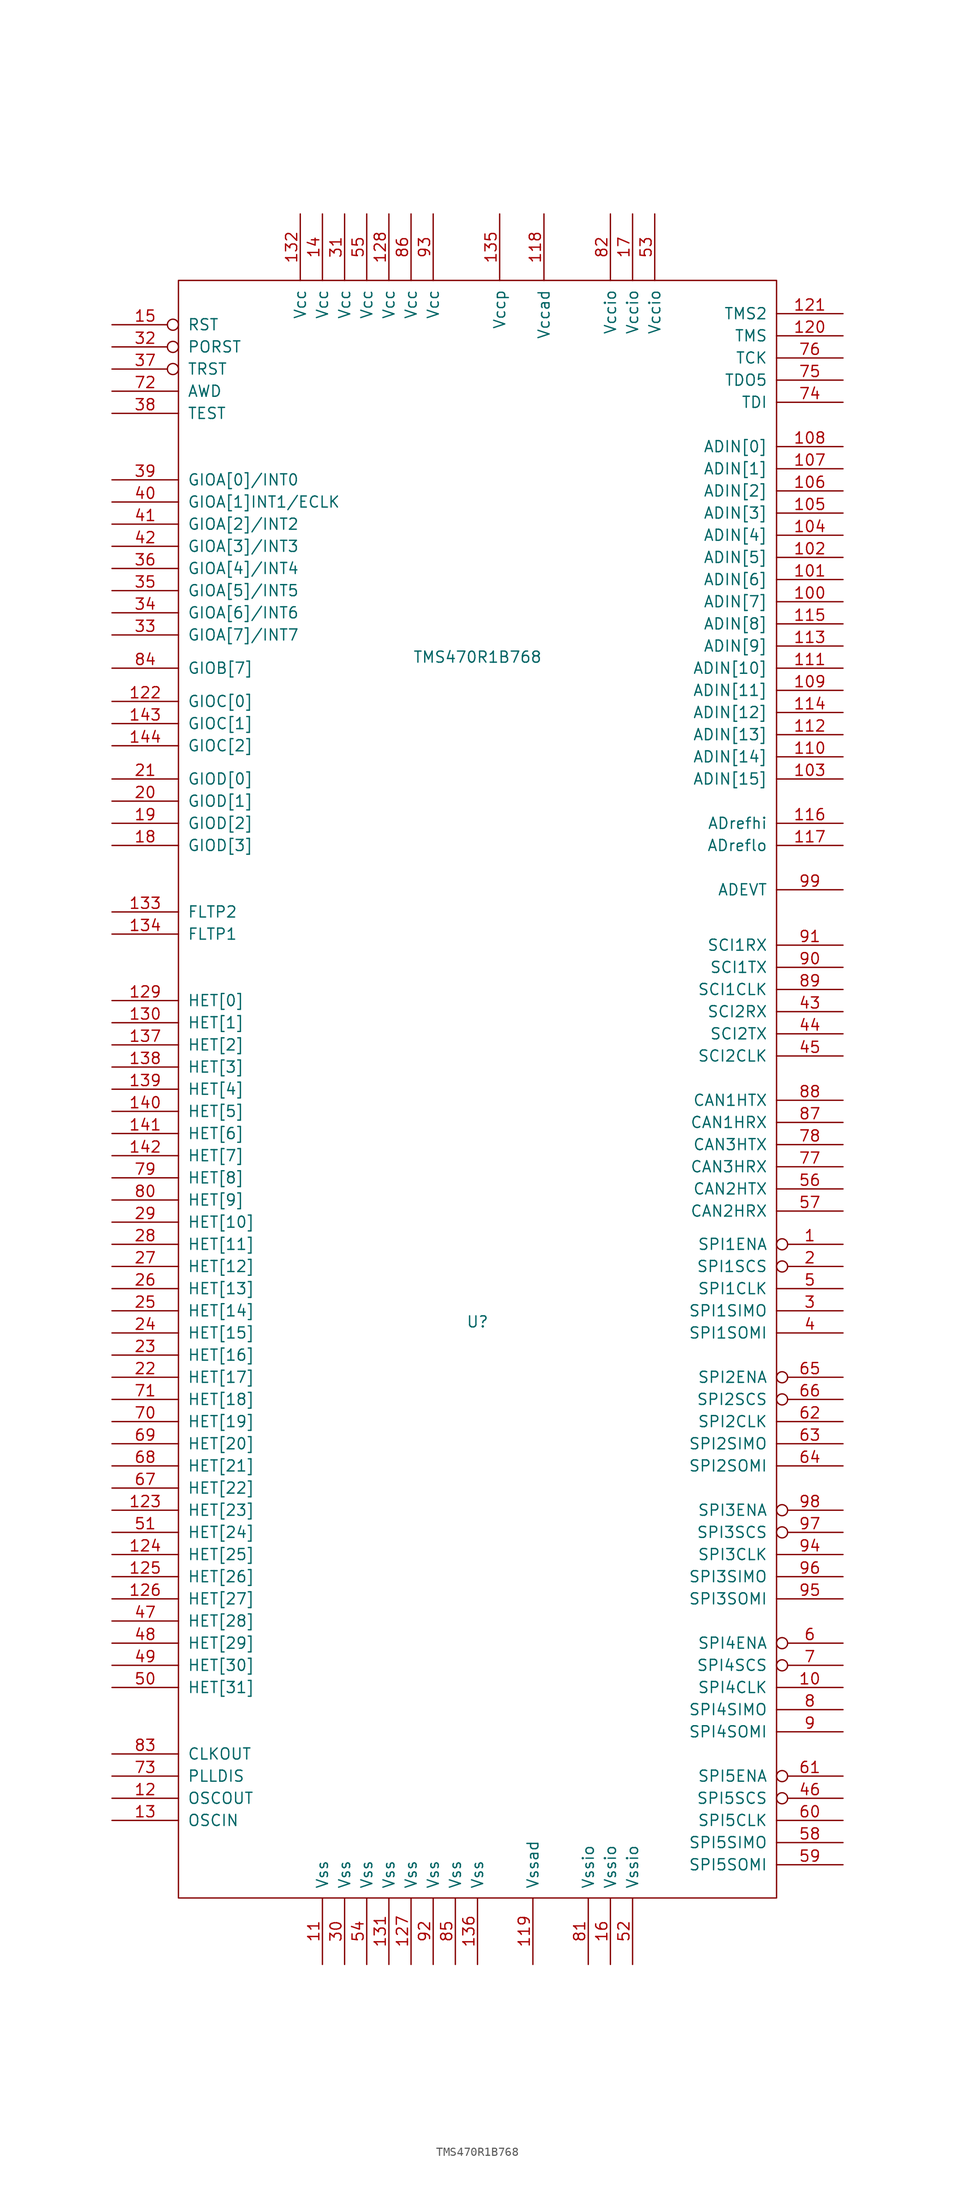
<source format=kicad_sym>
(kicad_symbol_lib
  (version 20220914)
  (generator kicad_symbol_editor)
  (symbol "TMS470R1B768"
    (pin_names
      (offset 1.016))
    (property "Reference" "U"
      (at 0 -26.67 0)
      (effects (font (size 1.27 1.27))))
    (property "Value" "TMS470R1B768"
      (at 0 49.53 0)
      (effects (font (size 1.27 1.27))))
    (property "Footprint" ""
      (at 0 0 0)
      (effects (font (size 1.524 1.524))))
    (property "Datasheet" ""
      (at 0 0 0)
      (effects (font (size 1.524 1.524))))
    (symbol "TMS470R1B768_0_1"
      (rectangle (start -34.29 92.71) (end 34.29 -92.71) (stroke (width 0) (type solid)) (fill (type none))))
    (symbol "TMS470R1B768_1_1"
      (pin passive inverted (at 41.91 -17.78 180) (length 7.62) (name "SPI1ENA" (effects (font (size 1.27 1.27)))) (number "1" (effects (font (size 1.27 1.27)))))
      (pin passive line (at 41.91 -68.58 180) (length 7.62) (name "SPI4CLK" (effects (font (size 1.27 1.27)))) (number "10" (effects (font (size 1.27 1.27)))))
      (pin passive line (at 41.91 55.88 180) (length 7.62) (name "ADIN[7]" (effects (font (size 1.27 1.27)))) (number "100" (effects (font (size 1.27 1.27)))))
      (pin passive line (at 41.91 58.42 180) (length 7.62) (name "ADIN[6]" (effects (font (size 1.27 1.27)))) (number "101" (effects (font (size 1.27 1.27)))))
      (pin passive line (at 41.91 60.96 180) (length 7.62) (name "ADIN[5]" (effects (font (size 1.27 1.27)))) (number "102" (effects (font (size 1.27 1.27)))))
      (pin passive line (at 41.91 35.56 180) (length 7.62) (name "ADIN[15]" (effects (font (size 1.27 1.27)))) (number "103" (effects (font (size 1.27 1.27)))))
      (pin passive line (at 41.91 63.5 180) (length 7.62) (name "ADIN[4]" (effects (font (size 1.27 1.27)))) (number "104" (effects (font (size 1.27 1.27)))))
      (pin passive line (at 41.91 66.04 180) (length 7.62) (name "ADIN[3]" (effects (font (size 1.27 1.27)))) (number "105" (effects (font (size 1.27 1.27)))))
      (pin passive line (at 41.91 68.58 180) (length 7.62) (name "ADIN[2]" (effects (font (size 1.27 1.27)))) (number "106" (effects (font (size 1.27 1.27)))))
      (pin passive line (at 41.91 71.12 180) (length 7.62) (name "ADIN[1]" (effects (font (size 1.27 1.27)))) (number "107" (effects (font (size 1.27 1.27)))))
      (pin passive line (at 41.91 73.66 180) (length 7.62) (name "ADIN[0]" (effects (font (size 1.27 1.27)))) (number "108" (effects (font (size 1.27 1.27)))))
      (pin passive line (at 41.91 45.72 180) (length 7.62) (name "ADIN[11]" (effects (font (size 1.27 1.27)))) (number "109" (effects (font (size 1.27 1.27)))))
      (pin power_in line (at -17.78 -100.33 90) (length 7.62) (name "Vss" (effects (font (size 1.27 1.27)))) (number "11" (effects (font (size 1.27 1.27)))))
      (pin passive line (at 41.91 38.1 180) (length 7.62) (name "ADIN[14]" (effects (font (size 1.27 1.27)))) (number "110" (effects (font (size 1.27 1.27)))))
      (pin passive line (at 41.91 48.26 180) (length 7.62) (name "ADIN[10]" (effects (font (size 1.27 1.27)))) (number "111" (effects (font (size 1.27 1.27)))))
      (pin passive line (at 41.91 40.64 180) (length 7.62) (name "ADIN[13]" (effects (font (size 1.27 1.27)))) (number "112" (effects (font (size 1.27 1.27)))))
      (pin passive line (at 41.91 50.8 180) (length 7.62) (name "ADIN[9]" (effects (font (size 1.27 1.27)))) (number "113" (effects (font (size 1.27 1.27)))))
      (pin passive line (at 41.91 43.18 180) (length 7.62) (name "ADIN[12]" (effects (font (size 1.27 1.27)))) (number "114" (effects (font (size 1.27 1.27)))))
      (pin passive line (at 41.91 53.34 180) (length 7.62) (name "ADIN[8]" (effects (font (size 1.27 1.27)))) (number "115" (effects (font (size 1.27 1.27)))))
      (pin passive line (at 41.91 30.48 180) (length 7.62) (name "ADrefhi" (effects (font (size 1.27 1.27)))) (number "116" (effects (font (size 1.27 1.27)))))
      (pin passive line (at 41.91 27.94 180) (length 7.62) (name "ADreflo" (effects (font (size 1.27 1.27)))) (number "117" (effects (font (size 1.27 1.27)))))
      (pin passive line (at 7.62 100.33 270) (length 7.62) (name "Vccad" (effects (font (size 1.27 1.27)))) (number "118" (effects (font (size 1.27 1.27)))))
      (pin passive line (at 6.35 -100.33 90) (length 7.62) (name "Vssad" (effects (font (size 1.27 1.27)))) (number "119" (effects (font (size 1.27 1.27)))))
      (pin passive line (at -41.91 -81.28 0) (length 7.62) (name "OSCOUT" (effects (font (size 1.27 1.27)))) (number "12" (effects (font (size 1.27 1.27)))))
      (pin passive line (at 41.91 86.36 180) (length 7.62) (name "TMS" (effects (font (size 1.27 1.27)))) (number "120" (effects (font (size 1.27 1.27)))))
      (pin passive line (at 41.91 88.9 180) (length 7.62) (name "TMS2" (effects (font (size 1.27 1.27)))) (number "121" (effects (font (size 1.27 1.27)))))
      (pin passive line (at -41.91 44.45 0) (length 7.62) (name "GIOC[0]" (effects (font (size 1.27 1.27)))) (number "122" (effects (font (size 1.27 1.27)))))
      (pin passive line (at -41.91 -48.26 0) (length 7.62) (name "HET[23]" (effects (font (size 1.27 1.27)))) (number "123" (effects (font (size 1.27 1.27)))))
      (pin passive line (at -41.91 -53.34 0) (length 7.62) (name "HET[25]" (effects (font (size 1.27 1.27)))) (number "124" (effects (font (size 1.27 1.27)))))
      (pin passive line (at -41.91 -55.88 0) (length 7.62) (name "HET[26]" (effects (font (size 1.27 1.27)))) (number "125" (effects (font (size 1.27 1.27)))))
      (pin passive line (at -41.91 -58.42 0) (length 7.62) (name "HET[27]" (effects (font (size 1.27 1.27)))) (number "126" (effects (font (size 1.27 1.27)))))
      (pin passive line (at -7.62 -100.33 90) (length 7.62) (name "Vss" (effects (font (size 1.27 1.27)))) (number "127" (effects (font (size 1.27 1.27)))))
      (pin passive line (at -10.16 100.33 270) (length 7.62) (name "Vcc" (effects (font (size 1.27 1.27)))) (number "128" (effects (font (size 1.27 1.27)))))
      (pin passive line (at -41.91 10.16 0) (length 7.62) (name "HET[0]" (effects (font (size 1.27 1.27)))) (number "129" (effects (font (size 1.27 1.27)))))
      (pin passive line (at -41.91 -83.82 0) (length 7.62) (name "OSCIN" (effects (font (size 1.27 1.27)))) (number "13" (effects (font (size 1.27 1.27)))))
      (pin passive line (at -41.91 7.62 0) (length 7.62) (name "HET[1]" (effects (font (size 1.27 1.27)))) (number "130" (effects (font (size 1.27 1.27)))))
      (pin passive line (at -10.16 -100.33 90) (length 7.62) (name "Vss" (effects (font (size 1.27 1.27)))) (number "131" (effects (font (size 1.27 1.27)))))
      (pin passive line (at -20.32 100.33 270) (length 7.62) (name "Vcc" (effects (font (size 1.27 1.27)))) (number "132" (effects (font (size 1.27 1.27)))))
      (pin passive line (at -41.91 20.32 0) (length 7.62) (name "FLTP2" (effects (font (size 1.27 1.27)))) (number "133" (effects (font (size 1.27 1.27)))))
      (pin passive line (at -41.91 17.78 0) (length 7.62) (name "FLTP1" (effects (font (size 1.27 1.27)))) (number "134" (effects (font (size 1.27 1.27)))))
      (pin passive line (at 2.54 100.33 270) (length 7.62) (name "Vccp" (effects (font (size 1.27 1.27)))) (number "135" (effects (font (size 1.27 1.27)))))
      (pin passive line (at 0 -100.33 90) (length 7.62) (name "Vss" (effects (font (size 1.27 1.27)))) (number "136" (effects (font (size 1.27 1.27)))))
      (pin passive line (at -41.91 5.08 0) (length 7.62) (name "HET[2]" (effects (font (size 1.27 1.27)))) (number "137" (effects (font (size 1.27 1.27)))))
      (pin passive line (at -41.91 2.54 0) (length 7.62) (name "HET[3]" (effects (font (size 1.27 1.27)))) (number "138" (effects (font (size 1.27 1.27)))))
      (pin passive line (at -41.91 0 0) (length 7.62) (name "HET[4]" (effects (font (size 1.27 1.27)))) (number "139" (effects (font (size 1.27 1.27)))))
      (pin power_in line (at -17.78 100.33 270) (length 7.62) (name "Vcc" (effects (font (size 1.27 1.27)))) (number "14" (effects (font (size 1.27 1.27)))))
      (pin passive line (at -41.91 -2.54 0) (length 7.62) (name "HET[5]" (effects (font (size 1.27 1.27)))) (number "140" (effects (font (size 1.27 1.27)))))
      (pin passive line (at -41.91 -5.08 0) (length 7.62) (name "HET[6]" (effects (font (size 1.27 1.27)))) (number "141" (effects (font (size 1.27 1.27)))))
      (pin passive line (at -41.91 -7.62 0) (length 7.62) (name "HET[7]" (effects (font (size 1.27 1.27)))) (number "142" (effects (font (size 1.27 1.27)))))
      (pin passive line (at -41.91 41.91 0) (length 7.62) (name "GIOC[1]" (effects (font (size 1.27 1.27)))) (number "143" (effects (font (size 1.27 1.27)))))
      (pin passive line (at -41.91 39.37 0) (length 7.62) (name "GIOC[2]" (effects (font (size 1.27 1.27)))) (number "144" (effects (font (size 1.27 1.27)))))
      (pin passive inverted (at -41.91 87.63 0) (length 7.62) (name "RST" (effects (font (size 1.27 1.27)))) (number "15" (effects (font (size 1.27 1.27)))))
      (pin power_in line (at 15.24 -100.33 90) (length 7.62) (name "Vssio" (effects (font (size 1.27 1.27)))) (number "16" (effects (font (size 1.27 1.27)))))
      (pin power_in line (at 17.78 100.33 270) (length 7.62) (name "Vccio" (effects (font (size 1.27 1.27)))) (number "17" (effects (font (size 1.27 1.27)))))
      (pin passive line (at -41.91 27.94 0) (length 7.62) (name "GIOD[3]" (effects (font (size 1.27 1.27)))) (number "18" (effects (font (size 1.27 1.27)))))
      (pin passive line (at -41.91 30.48 0) (length 7.62) (name "GIOD[2]" (effects (font (size 1.27 1.27)))) (number "19" (effects (font (size 1.27 1.27)))))
      (pin passive inverted (at 41.91 -20.32 180) (length 7.62) (name "SPI1SCS" (effects (font (size 1.27 1.27)))) (number "2" (effects (font (size 1.27 1.27)))))
      (pin passive line (at -41.91 33.02 0) (length 7.62) (name "GIOD[1]" (effects (font (size 1.27 1.27)))) (number "20" (effects (font (size 1.27 1.27)))))
      (pin passive line (at -41.91 35.56 0) (length 7.62) (name "GIOD[0]" (effects (font (size 1.27 1.27)))) (number "21" (effects (font (size 1.27 1.27)))))
      (pin passive line (at -41.91 -33.02 0) (length 7.62) (name "HET[17]" (effects (font (size 1.27 1.27)))) (number "22" (effects (font (size 1.27 1.27)))))
      (pin passive line (at -41.91 -30.48 0) (length 7.62) (name "HET[16]" (effects (font (size 1.27 1.27)))) (number "23" (effects (font (size 1.27 1.27)))))
      (pin passive line (at -41.91 -27.94 0) (length 7.62) (name "HET[15]" (effects (font (size 1.27 1.27)))) (number "24" (effects (font (size 1.27 1.27)))))
      (pin passive line (at -41.91 -25.4 0) (length 7.62) (name "HET[14]" (effects (font (size 1.27 1.27)))) (number "25" (effects (font (size 1.27 1.27)))))
      (pin passive line (at -41.91 -22.86 0) (length 7.62) (name "HET[13]" (effects (font (size 1.27 1.27)))) (number "26" (effects (font (size 1.27 1.27)))))
      (pin passive line (at -41.91 -20.32 0) (length 7.62) (name "HET[12]" (effects (font (size 1.27 1.27)))) (number "27" (effects (font (size 1.27 1.27)))))
      (pin passive line (at -41.91 -17.78 0) (length 7.62) (name "HET[11]" (effects (font (size 1.27 1.27)))) (number "28" (effects (font (size 1.27 1.27)))))
      (pin passive line (at -41.91 -15.24 0) (length 7.62) (name "HET[10]" (effects (font (size 1.27 1.27)))) (number "29" (effects (font (size 1.27 1.27)))))
      (pin passive line (at 41.91 -25.4 180) (length 7.62) (name "SPI1SIMO" (effects (font (size 1.27 1.27)))) (number "3" (effects (font (size 1.27 1.27)))))
      (pin passive line (at -15.24 -100.33 90) (length 7.62) (name "Vss" (effects (font (size 1.27 1.27)))) (number "30" (effects (font (size 1.27 1.27)))))
      (pin passive line (at -15.24 100.33 270) (length 7.62) (name "Vcc" (effects (font (size 1.27 1.27)))) (number "31" (effects (font (size 1.27 1.27)))))
      (pin passive inverted (at -41.91 85.09 0) (length 7.62) (name "PORST" (effects (font (size 1.27 1.27)))) (number "32" (effects (font (size 1.27 1.27)))))
      (pin passive line (at -41.91 52.07 0) (length 7.62) (name "GIOA[7]/INT7" (effects (font (size 1.27 1.27)))) (number "33" (effects (font (size 1.27 1.27)))))
      (pin passive line (at -41.91 54.61 0) (length 7.62) (name "GIOA[6]/INT6" (effects (font (size 1.27 1.27)))) (number "34" (effects (font (size 1.27 1.27)))))
      (pin passive line (at -41.91 57.15 0) (length 7.62) (name "GIOA[5]/INT5" (effects (font (size 1.27 1.27)))) (number "35" (effects (font (size 1.27 1.27)))))
      (pin passive line (at -41.91 59.69 0) (length 7.62) (name "GIOA[4]/INT4" (effects (font (size 1.27 1.27)))) (number "36" (effects (font (size 1.27 1.27)))))
      (pin passive inverted (at -41.91 82.55 0) (length 7.62) (name "TRST" (effects (font (size 1.27 1.27)))) (number "37" (effects (font (size 1.27 1.27)))))
      (pin passive line (at -41.91 77.47 0) (length 7.62) (name "TEST" (effects (font (size 1.27 1.27)))) (number "38" (effects (font (size 1.27 1.27)))))
      (pin input line (at -41.91 69.85 0) (length 7.62) (name "GIOA[0]/INT0" (effects (font (size 1.27 1.27)))) (number "39" (effects (font (size 1.27 1.27)))))
      (pin passive line (at 41.91 -27.94 180) (length 7.62) (name "SPI1SOMI" (effects (font (size 1.27 1.27)))) (number "4" (effects (font (size 1.27 1.27)))))
      (pin passive line (at -41.91 67.31 0) (length 7.62) (name "GIOA[1]INT1/ECLK" (effects (font (size 1.27 1.27)))) (number "40" (effects (font (size 1.27 1.27)))))
      (pin passive line (at -41.91 64.77 0) (length 7.62) (name "GIOA[2]/INT2" (effects (font (size 1.27 1.27)))) (number "41" (effects (font (size 1.27 1.27)))))
      (pin passive line (at -41.91 62.23 0) (length 7.62) (name "GIOA[3]/INT3" (effects (font (size 1.27 1.27)))) (number "42" (effects (font (size 1.27 1.27)))))
      (pin passive line (at 41.91 8.89 180) (length 7.62) (name "SCI2RX" (effects (font (size 1.27 1.27)))) (number "43" (effects (font (size 1.27 1.27)))))
      (pin passive line (at 41.91 6.35 180) (length 7.62) (name "SCI2TX" (effects (font (size 1.27 1.27)))) (number "44" (effects (font (size 1.27 1.27)))))
      (pin passive line (at 41.91 3.81 180) (length 7.62) (name "SCI2CLK" (effects (font (size 1.27 1.27)))) (number "45" (effects (font (size 1.27 1.27)))))
      (pin passive inverted (at 41.91 -81.28 180) (length 7.62) (name "SPI5SCS" (effects (font (size 1.27 1.27)))) (number "46" (effects (font (size 1.27 1.27)))))
      (pin passive line (at -41.91 -60.96 0) (length 7.62) (name "HET[28]" (effects (font (size 1.27 1.27)))) (number "47" (effects (font (size 1.27 1.27)))))
      (pin passive line (at -41.91 -63.5 0) (length 7.62) (name "HET[29]" (effects (font (size 1.27 1.27)))) (number "48" (effects (font (size 1.27 1.27)))))
      (pin passive line (at -41.91 -66.04 0) (length 7.62) (name "HET[30]" (effects (font (size 1.27 1.27)))) (number "49" (effects (font (size 1.27 1.27)))))
      (pin passive line (at 41.91 -22.86 180) (length 7.62) (name "SPI1CLK" (effects (font (size 1.27 1.27)))) (number "5" (effects (font (size 1.27 1.27)))))
      (pin passive line (at -41.91 -68.58 0) (length 7.62) (name "HET[31]" (effects (font (size 1.27 1.27)))) (number "50" (effects (font (size 1.27 1.27)))))
      (pin passive line (at -41.91 -50.8 0) (length 7.62) (name "HET[24]" (effects (font (size 1.27 1.27)))) (number "51" (effects (font (size 1.27 1.27)))))
      (pin power_in line (at 17.78 -100.33 90) (length 7.62) (name "Vssio" (effects (font (size 1.27 1.27)))) (number "52" (effects (font (size 1.27 1.27)))))
      (pin power_in line (at 20.32 100.33 270) (length 7.62) (name "Vccio" (effects (font (size 1.27 1.27)))) (number "53" (effects (font (size 1.27 1.27)))))
      (pin power_in line (at -12.7 -100.33 90) (length 7.62) (name "Vss" (effects (font (size 1.27 1.27)))) (number "54" (effects (font (size 1.27 1.27)))))
      (pin unspecified line (at -12.7 100.33 270) (length 7.62) (name "Vcc" (effects (font (size 1.27 1.27)))) (number "55" (effects (font (size 1.27 1.27)))))
      (pin passive line (at 41.91 -11.43 180) (length 7.62) (name "CAN2HTX" (effects (font (size 1.27 1.27)))) (number "56" (effects (font (size 1.27 1.27)))))
      (pin passive line (at 41.91 -13.97 180) (length 7.62) (name "CAN2HRX" (effects (font (size 1.27 1.27)))) (number "57" (effects (font (size 1.27 1.27)))))
      (pin passive line (at 41.91 -86.36 180) (length 7.62) (name "SPI5SIMO" (effects (font (size 1.27 1.27)))) (number "58" (effects (font (size 1.27 1.27)))))
      (pin passive line (at 41.91 -88.9 180) (length 7.62) (name "SPI5SOMI" (effects (font (size 1.27 1.27)))) (number "59" (effects (font (size 1.27 1.27)))))
      (pin passive inverted (at 41.91 -63.5 180) (length 7.62) (name "SPI4ENA" (effects (font (size 1.27 1.27)))) (number "6" (effects (font (size 1.27 1.27)))))
      (pin passive line (at 41.91 -83.82 180) (length 7.62) (name "SPI5CLK" (effects (font (size 1.27 1.27)))) (number "60" (effects (font (size 1.27 1.27)))))
      (pin passive inverted (at 41.91 -78.74 180) (length 7.62) (name "SPI5ENA" (effects (font (size 1.27 1.27)))) (number "61" (effects (font (size 1.27 1.27)))))
      (pin passive line (at 41.91 -38.1 180) (length 7.62) (name "SPI2CLK" (effects (font (size 1.27 1.27)))) (number "62" (effects (font (size 1.27 1.27)))))
      (pin passive line (at 41.91 -40.64 180) (length 7.62) (name "SPI2SIMO" (effects (font (size 1.27 1.27)))) (number "63" (effects (font (size 1.27 1.27)))))
      (pin passive line (at 41.91 -43.18 180) (length 7.62) (name "SPI2SOMI" (effects (font (size 1.27 1.27)))) (number "64" (effects (font (size 1.27 1.27)))))
      (pin passive inverted (at 41.91 -33.02 180) (length 7.62) (name "SPI2ENA" (effects (font (size 1.27 1.27)))) (number "65" (effects (font (size 1.27 1.27)))))
      (pin passive inverted (at 41.91 -35.56 180) (length 7.62) (name "SPI2SCS" (effects (font (size 1.27 1.27)))) (number "66" (effects (font (size 1.27 1.27)))))
      (pin passive line (at -41.91 -45.72 0) (length 7.62) (name "HET[22]" (effects (font (size 1.27 1.27)))) (number "67" (effects (font (size 1.27 1.27)))))
      (pin passive line (at -41.91 -43.18 0) (length 7.62) (name "HET[21]" (effects (font (size 1.27 1.27)))) (number "68" (effects (font (size 1.27 1.27)))))
      (pin passive line (at -41.91 -40.64 0) (length 7.62) (name "HET[20]" (effects (font (size 1.27 1.27)))) (number "69" (effects (font (size 1.27 1.27)))))
      (pin passive inverted (at 41.91 -66.04 180) (length 7.62) (name "SPI4SCS" (effects (font (size 1.27 1.27)))) (number "7" (effects (font (size 1.27 1.27)))))
      (pin passive line (at -41.91 -38.1 0) (length 7.62) (name "HET[19]" (effects (font (size 1.27 1.27)))) (number "70" (effects (font (size 1.27 1.27)))))
      (pin passive line (at -41.91 -35.56 0) (length 7.62) (name "HET[18]" (effects (font (size 1.27 1.27)))) (number "71" (effects (font (size 1.27 1.27)))))
      (pin passive line (at -41.91 80.01 0) (length 7.62) (name "AWD" (effects (font (size 1.27 1.27)))) (number "72" (effects (font (size 1.27 1.27)))))
      (pin passive line (at -41.91 -78.74 0) (length 7.62) (name "PLLDIS" (effects (font (size 1.27 1.27)))) (number "73" (effects (font (size 1.27 1.27)))))
      (pin passive line (at 41.91 78.74 180) (length 7.62) (name "TDI" (effects (font (size 1.27 1.27)))) (number "74" (effects (font (size 1.27 1.27)))))
      (pin passive line (at 41.91 81.28 180) (length 7.62) (name "TDO5" (effects (font (size 1.27 1.27)))) (number "75" (effects (font (size 1.27 1.27)))))
      (pin passive line (at 41.91 83.82 180) (length 7.62) (name "TCK" (effects (font (size 1.27 1.27)))) (number "76" (effects (font (size 1.27 1.27)))))
      (pin passive line (at 41.91 -8.89 180) (length 7.62) (name "CAN3HRX" (effects (font (size 1.27 1.27)))) (number "77" (effects (font (size 1.27 1.27)))))
      (pin passive line (at 41.91 -6.35 180) (length 7.62) (name "CAN3HTX" (effects (font (size 1.27 1.27)))) (number "78" (effects (font (size 1.27 1.27)))))
      (pin passive line (at -41.91 -10.16 0) (length 7.62) (name "HET[8]" (effects (font (size 1.27 1.27)))) (number "79" (effects (font (size 1.27 1.27)))))
      (pin passive line (at 41.91 -71.12 180) (length 7.62) (name "SPI4SIMO" (effects (font (size 1.27 1.27)))) (number "8" (effects (font (size 1.27 1.27)))))
      (pin passive line (at -41.91 -12.7 0) (length 7.62) (name "HET[9]" (effects (font (size 1.27 1.27)))) (number "80" (effects (font (size 1.27 1.27)))))
      (pin passive line (at 12.7 -100.33 90) (length 7.62) (name "Vssio" (effects (font (size 1.27 1.27)))) (number "81" (effects (font (size 1.27 1.27)))))
      (pin passive line (at 15.24 100.33 270) (length 7.62) (name "Vccio" (effects (font (size 1.27 1.27)))) (number "82" (effects (font (size 1.27 1.27)))))
      (pin passive line (at -41.91 -76.2 0) (length 7.62) (name "CLKOUT" (effects (font (size 1.27 1.27)))) (number "83" (effects (font (size 1.27 1.27)))))
      (pin passive line (at -41.91 48.26 0) (length 7.62) (name "GIOB[7]" (effects (font (size 1.27 1.27)))) (number "84" (effects (font (size 1.27 1.27)))))
      (pin passive line (at -2.54 -100.33 90) (length 7.62) (name "Vss" (effects (font (size 1.27 1.27)))) (number "85" (effects (font (size 1.27 1.27)))))
      (pin passive line (at -7.62 100.33 270) (length 7.62) (name "Vcc" (effects (font (size 1.27 1.27)))) (number "86" (effects (font (size 1.27 1.27)))))
      (pin passive line (at 41.91 -3.81 180) (length 7.62) (name "CAN1HRX" (effects (font (size 1.27 1.27)))) (number "87" (effects (font (size 1.27 1.27)))))
      (pin passive line (at 41.91 -1.27 180) (length 7.62) (name "CAN1HTX" (effects (font (size 1.27 1.27)))) (number "88" (effects (font (size 1.27 1.27)))))
      (pin passive line (at 41.91 11.43 180) (length 7.62) (name "SCI1CLK" (effects (font (size 1.27 1.27)))) (number "89" (effects (font (size 1.27 1.27)))))
      (pin passive line (at 41.91 -73.66 180) (length 7.62) (name "SPI4SOMI" (effects (font (size 1.27 1.27)))) (number "9" (effects (font (size 1.27 1.27)))))
      (pin passive line (at 41.91 13.97 180) (length 7.62) (name "SCI1TX" (effects (font (size 1.27 1.27)))) (number "90" (effects (font (size 1.27 1.27)))))
      (pin passive line (at 41.91 16.51 180) (length 7.62) (name "SCI1RX" (effects (font (size 1.27 1.27)))) (number "91" (effects (font (size 1.27 1.27)))))
      (pin passive line (at -5.08 -100.33 90) (length 7.62) (name "Vss" (effects (font (size 1.27 1.27)))) (number "92" (effects (font (size 1.27 1.27)))))
      (pin passive line (at -5.08 100.33 270) (length 7.62) (name "Vcc" (effects (font (size 1.27 1.27)))) (number "93" (effects (font (size 1.27 1.27)))))
      (pin passive line (at 41.91 -53.34 180) (length 7.62) (name "SPI3CLK" (effects (font (size 1.27 1.27)))) (number "94" (effects (font (size 1.27 1.27)))))
      (pin passive line (at 41.91 -58.42 180) (length 7.62) (name "SPI3SOMI" (effects (font (size 1.27 1.27)))) (number "95" (effects (font (size 1.27 1.27)))))
      (pin passive line (at 41.91 -55.88 180) (length 7.62) (name "SPI3SIMO" (effects (font (size 1.27 1.27)))) (number "96" (effects (font (size 1.27 1.27)))))
      (pin passive inverted (at 41.91 -50.8 180) (length 7.62) (name "SPI3SCS" (effects (font (size 1.27 1.27)))) (number "97" (effects (font (size 1.27 1.27)))))
      (pin passive inverted (at 41.91 -48.26 180) (length 7.62) (name "SPI3ENA" (effects (font (size 1.27 1.27)))) (number "98" (effects (font (size 1.27 1.27)))))
      (pin passive line (at 41.91 22.86 180) (length 7.62) (name "ADEVT" (effects (font (size 1.27 1.27)))) (number "99" (effects (font (size 1.27 1.27))))))))
</source>
